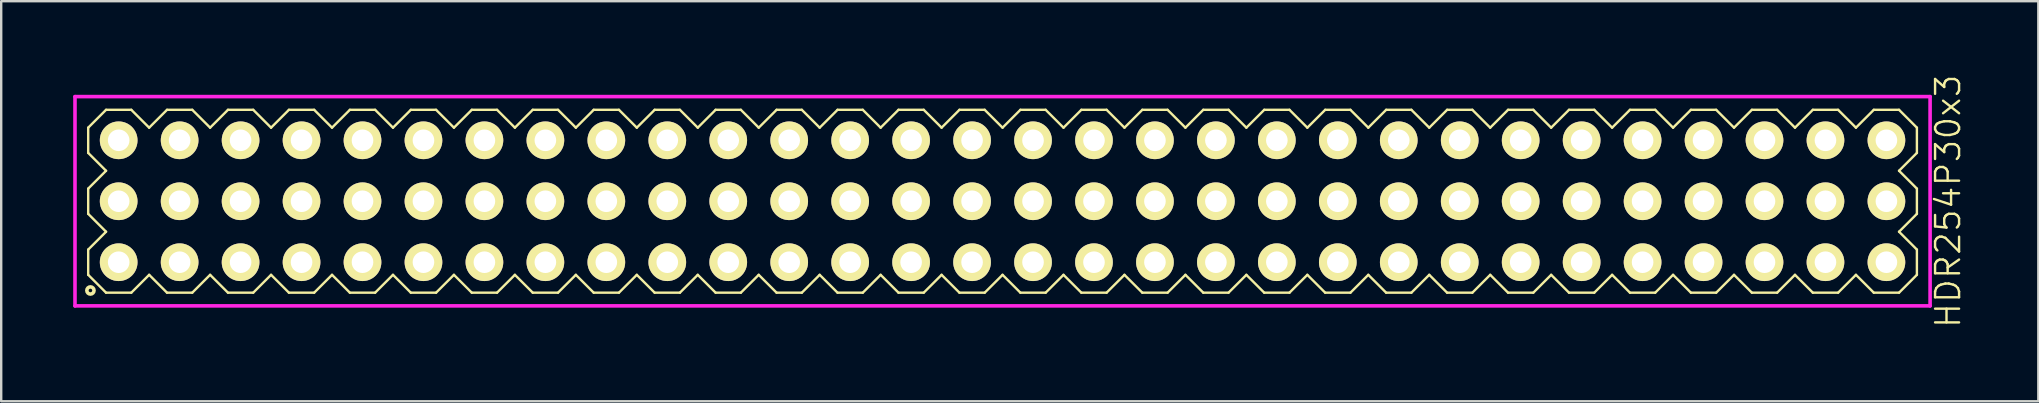
<source format=kicad_pcb>
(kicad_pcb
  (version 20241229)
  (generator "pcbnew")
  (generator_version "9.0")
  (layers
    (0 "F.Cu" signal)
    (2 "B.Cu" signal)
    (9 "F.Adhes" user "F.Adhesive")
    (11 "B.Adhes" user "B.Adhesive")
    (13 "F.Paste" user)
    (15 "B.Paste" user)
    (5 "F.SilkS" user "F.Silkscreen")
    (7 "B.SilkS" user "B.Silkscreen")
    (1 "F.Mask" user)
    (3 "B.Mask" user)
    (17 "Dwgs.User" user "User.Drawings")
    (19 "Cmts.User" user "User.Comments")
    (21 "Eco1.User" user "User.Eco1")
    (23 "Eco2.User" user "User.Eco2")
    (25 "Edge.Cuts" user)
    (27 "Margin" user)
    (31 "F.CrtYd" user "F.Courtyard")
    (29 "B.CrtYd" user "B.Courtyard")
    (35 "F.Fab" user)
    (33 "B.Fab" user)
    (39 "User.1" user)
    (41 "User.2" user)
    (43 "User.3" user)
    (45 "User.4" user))
  (footprint "HDR254P30x3"
    (layer "F.Cu")
    (at 38.725 5.336)
    (property "Reference" "HDR254P30x3" (at 39.4 0 90) (layer "F.SilkS") (effects (font (size 1 1) (thickness 0.1))))
    (attr through_hole)
    (fp_line (start -38.1 -3.066) (end -37.356 -3.81) (stroke (width 0.1) (type solid)) (layer "F.SilkS"))
    (fp_line (start -38.1 -2.014) (end -38.1 -3.066) (stroke (width 0.1) (type solid)) (layer "F.SilkS"))
    (fp_line (start -38.1 -0.526) (end -37.356 -1.27) (stroke (width 0.1) (type solid)) (layer "F.SilkS"))
    (fp_line (start -38.1 0.526) (end -38.1 -0.526) (stroke (width 0.1) (type solid)) (layer "F.SilkS"))
    (fp_line (start -38.1 2.014) (end -37.356 1.27) (stroke (width 0.1) (type solid)) (layer "F.SilkS"))
    (fp_line (start -38.1 3.066) (end -38.1 2.014) (stroke (width 0.1) (type solid)) (layer "F.SilkS"))
    (fp_line (start -37.356 -3.81) (end -36.304 -3.81) (stroke (width 0.1) (type solid)) (layer "F.SilkS"))
    (fp_line (start -37.356 -1.27) (end -38.1 -2.014) (stroke (width 0.1) (type solid)) (layer "F.SilkS"))
    (fp_line (start -37.356 1.27) (end -38.1 0.526) (stroke (width 0.1) (type solid)) (layer "F.SilkS"))
    (fp_line (start -37.356 3.81) (end -38.1 3.066) (stroke (width 0.1) (type solid)) (layer "F.SilkS"))
    (fp_line (start -36.304 -3.81) (end -35.56 -3.066) (stroke (width 0.1) (type solid)) (layer "F.SilkS"))
    (fp_line (start -36.304 3.81) (end -37.356 3.81) (stroke (width 0.1) (type solid)) (layer "F.SilkS"))
    (fp_line (start -35.56 -3.066) (end -34.816 -3.81) (stroke (width 0.1) (type solid)) (layer "F.SilkS"))
    (fp_line (start -35.56 3.066) (end -36.304 3.81) (stroke (width 0.1) (type solid)) (layer "F.SilkS"))
    (fp_line (start -34.816 -3.81) (end -33.764 -3.81) (stroke (width 0.1) (type solid)) (layer "F.SilkS"))
    (fp_line (start -34.816 3.81) (end -35.56 3.066) (stroke (width 0.1) (type solid)) (layer "F.SilkS"))
    (fp_line (start -33.764 -3.81) (end -33.02 -3.066) (stroke (width 0.1) (type solid)) (layer "F.SilkS"))
    (fp_line (start -33.764 3.81) (end -34.816 3.81) (stroke (width 0.1) (type solid)) (layer "F.SilkS"))
    (fp_line (start -33.02 -3.066) (end -32.276 -3.81) (stroke (width 0.1) (type solid)) (layer "F.SilkS"))
    (fp_line (start -33.02 3.066) (end -33.764 3.81) (stroke (width 0.1) (type solid)) (layer "F.SilkS"))
    (fp_line (start -32.276 -3.81) (end -31.224 -3.81) (stroke (width 0.1) (type solid)) (layer "F.SilkS"))
    (fp_line (start -32.276 3.81) (end -33.02 3.066) (stroke (width 0.1) (type solid)) (layer "F.SilkS"))
    (fp_line (start -31.224 -3.81) (end -30.48 -3.066) (stroke (width 0.1) (type solid)) (layer "F.SilkS"))
    (fp_line (start -31.224 3.81) (end -32.276 3.81) (stroke (width 0.1) (type solid)) (layer "F.SilkS"))
    (fp_line (start -30.48 -3.066) (end -29.736 -3.81) (stroke (width 0.1) (type solid)) (layer "F.SilkS"))
    (fp_line (start -30.48 3.066) (end -31.224 3.81) (stroke (width 0.1) (type solid)) (layer "F.SilkS"))
    (fp_line (start -29.736 -3.81) (end -28.684 -3.81) (stroke (width 0.1) (type solid)) (layer "F.SilkS"))
    (fp_line (start -29.736 3.81) (end -30.48 3.066) (stroke (width 0.1) (type solid)) (layer "F.SilkS"))
    (fp_line (start -28.684 -3.81) (end -27.94 -3.066) (stroke (width 0.1) (type solid)) (layer "F.SilkS"))
    (fp_line (start -28.684 3.81) (end -29.736 3.81) (stroke (width 0.1) (type solid)) (layer "F.SilkS"))
    (fp_line (start -27.94 -3.066) (end -27.196 -3.81) (stroke (width 0.1) (type solid)) (layer "F.SilkS"))
    (fp_line (start -27.94 3.066) (end -28.684 3.81) (stroke (width 0.1) (type solid)) (layer "F.SilkS"))
    (fp_line (start -27.196 -3.81) (end -26.144 -3.81) (stroke (width 0.1) (type solid)) (layer "F.SilkS"))
    (fp_line (start -27.196 3.81) (end -27.94 3.066) (stroke (width 0.1) (type solid)) (layer "F.SilkS"))
    (fp_line (start -26.144 -3.81) (end -25.4 -3.066) (stroke (width 0.1) (type solid)) (layer "F.SilkS"))
    (fp_line (start -26.144 3.81) (end -27.196 3.81) (stroke (width 0.1) (type solid)) (layer "F.SilkS"))
    (fp_line (start -25.4 -3.066) (end -24.656 -3.81) (stroke (width 0.1) (type solid)) (layer "F.SilkS"))
    (fp_line (start -25.4 3.066) (end -26.144 3.81) (stroke (width 0.1) (type solid)) (layer "F.SilkS"))
    (fp_line (start -24.656 -3.81) (end -23.604 -3.81) (stroke (width 0.1) (type solid)) (layer "F.SilkS"))
    (fp_line (start -24.656 3.81) (end -25.4 3.066) (stroke (width 0.1) (type solid)) (layer "F.SilkS"))
    (fp_line (start -23.604 -3.81) (end -22.86 -3.066) (stroke (width 0.1) (type solid)) (layer "F.SilkS"))
    (fp_line (start -23.604 3.81) (end -24.656 3.81) (stroke (width 0.1) (type solid)) (layer "F.SilkS"))
    (fp_line (start -22.86 -3.066) (end -22.116 -3.81) (stroke (width 0.1) (type solid)) (layer "F.SilkS"))
    (fp_line (start -22.86 3.066) (end -23.604 3.81) (stroke (width 0.1) (type solid)) (layer "F.SilkS"))
    (fp_line (start -22.116 -3.81) (end -21.064 -3.81) (stroke (width 0.1) (type solid)) (layer "F.SilkS"))
    (fp_line (start -22.116 3.81) (end -22.86 3.066) (stroke (width 0.1) (type solid)) (layer "F.SilkS"))
    (fp_line (start -21.064 -3.81) (end -20.32 -3.066) (stroke (width 0.1) (type solid)) (layer "F.SilkS"))
    (fp_line (start -21.064 3.81) (end -22.116 3.81) (stroke (width 0.1) (type solid)) (layer "F.SilkS"))
    (fp_line (start -20.32 -3.066) (end -19.576 -3.81) (stroke (width 0.1) (type solid)) (layer "F.SilkS"))
    (fp_line (start -20.32 3.066) (end -21.064 3.81) (stroke (width 0.1) (type solid)) (layer "F.SilkS"))
    (fp_line (start -19.576 -3.81) (end -18.524 -3.81) (stroke (width 0.1) (type solid)) (layer "F.SilkS"))
    (fp_line (start -19.576 3.81) (end -20.32 3.066) (stroke (width 0.1) (type solid)) (layer "F.SilkS"))
    (fp_line (start -18.524 -3.81) (end -17.78 -3.066) (stroke (width 0.1) (type solid)) (layer "F.SilkS"))
    (fp_line (start -18.524 3.81) (end -19.576 3.81) (stroke (width 0.1) (type solid)) (layer "F.SilkS"))
    (fp_line (start -17.78 -3.066) (end -17.036 -3.81) (stroke (width 0.1) (type solid)) (layer "F.SilkS"))
    (fp_line (start -17.78 3.066) (end -18.524 3.81) (stroke (width 0.1) (type solid)) (layer "F.SilkS"))
    (fp_line (start -17.036 -3.81) (end -15.984 -3.81) (stroke (width 0.1) (type solid)) (layer "F.SilkS"))
    (fp_line (start -17.036 3.81) (end -17.78 3.066) (stroke (width 0.1) (type solid)) (layer "F.SilkS"))
    (fp_line (start -15.984 -3.81) (end -15.24 -3.066) (stroke (width 0.1) (type solid)) (layer "F.SilkS"))
    (fp_line (start -15.984 3.81) (end -17.036 3.81) (stroke (width 0.1) (type solid)) (layer "F.SilkS"))
    (fp_line (start -15.24 -3.066) (end -14.496 -3.81) (stroke (width 0.1) (type solid)) (layer "F.SilkS"))
    (fp_line (start -15.24 3.066) (end -15.984 3.81) (stroke (width 0.1) (type solid)) (layer "F.SilkS"))
    (fp_line (start -14.496 -3.81) (end -13.444 -3.81) (stroke (width 0.1) (type solid)) (layer "F.SilkS"))
    (fp_line (start -14.496 3.81) (end -15.24 3.066) (stroke (width 0.1) (type solid)) (layer "F.SilkS"))
    (fp_line (start -13.444 -3.81) (end -12.7 -3.066) (stroke (width 0.1) (type solid)) (layer "F.SilkS"))
    (fp_line (start -13.444 3.81) (end -14.496 3.81) (stroke (width 0.1) (type solid)) (layer "F.SilkS"))
    (fp_line (start -12.7 -3.066) (end -11.956 -3.81) (stroke (width 0.1) (type solid)) (layer "F.SilkS"))
    (fp_line (start -12.7 3.066) (end -13.444 3.81) (stroke (width 0.1) (type solid)) (layer "F.SilkS"))
    (fp_line (start -11.956 -3.81) (end -10.904 -3.81) (stroke (width 0.1) (type solid)) (layer "F.SilkS"))
    (fp_line (start -11.956 3.81) (end -12.7 3.066) (stroke (width 0.1) (type solid)) (layer "F.SilkS"))
    (fp_line (start -10.904 -3.81) (end -10.16 -3.066) (stroke (width 0.1) (type solid)) (layer "F.SilkS"))
    (fp_line (start -10.904 3.81) (end -11.956 3.81) (stroke (width 0.1) (type solid)) (layer "F.SilkS"))
    (fp_line (start -10.16 -3.066) (end -9.416 -3.81) (stroke (width 0.1) (type solid)) (layer "F.SilkS"))
    (fp_line (start -10.16 3.066) (end -10.904 3.81) (stroke (width 0.1) (type solid)) (layer "F.SilkS"))
    (fp_line (start -9.416 -3.81) (end -8.364 -3.81) (stroke (width 0.1) (type solid)) (layer "F.SilkS"))
    (fp_line (start -9.416 3.81) (end -10.16 3.066) (stroke (width 0.1) (type solid)) (layer "F.SilkS"))
    (fp_line (start -8.364 -3.81) (end -7.62 -3.066) (stroke (width 0.1) (type solid)) (layer "F.SilkS"))
    (fp_line (start -8.364 3.81) (end -9.416 3.81) (stroke (width 0.1) (type solid)) (layer "F.SilkS"))
    (fp_line (start -7.62 -3.066) (end -6.876 -3.81) (stroke (width 0.1) (type solid)) (layer "F.SilkS"))
    (fp_line (start -7.62 3.066) (end -8.364 3.81) (stroke (width 0.1) (type solid)) (layer "F.SilkS"))
    (fp_line (start -6.876 -3.81) (end -5.824 -3.81) (stroke (width 0.1) (type solid)) (layer "F.SilkS"))
    (fp_line (start -6.876 3.81) (end -7.62 3.066) (stroke (width 0.1) (type solid)) (layer "F.SilkS"))
    (fp_line (start -5.824 -3.81) (end -5.08 -3.066) (stroke (width 0.1) (type solid)) (layer "F.SilkS"))
    (fp_line (start -5.824 3.81) (end -6.876 3.81) (stroke (width 0.1) (type solid)) (layer "F.SilkS"))
    (fp_line (start -5.08 -3.066) (end -4.336 -3.81) (stroke (width 0.1) (type solid)) (layer "F.SilkS"))
    (fp_line (start -5.08 3.066) (end -5.824 3.81) (stroke (width 0.1) (type solid)) (layer "F.SilkS"))
    (fp_line (start -4.336 -3.81) (end -3.284 -3.81) (stroke (width 0.1) (type solid)) (layer "F.SilkS"))
    (fp_line (start -4.336 3.81) (end -5.08 3.066) (stroke (width 0.1) (type solid)) (layer "F.SilkS"))
    (fp_line (start -3.284 -3.81) (end -2.54 -3.066) (stroke (width 0.1) (type solid)) (layer "F.SilkS"))
    (fp_line (start -3.284 3.81) (end -4.336 3.81) (stroke (width 0.1) (type solid)) (layer "F.SilkS"))
    (fp_line (start -2.54 -3.066) (end -1.796 -3.81) (stroke (width 0.1) (type solid)) (layer "F.SilkS"))
    (fp_line (start -2.54 3.066) (end -3.284 3.81) (stroke (width 0.1) (type solid)) (layer "F.SilkS"))
    (fp_line (start -1.796 -3.81) (end -0.744 -3.81) (stroke (width 0.1) (type solid)) (layer "F.SilkS"))
    (fp_line (start -1.796 3.81) (end -2.54 3.066) (stroke (width 0.1) (type solid)) (layer "F.SilkS"))
    (fp_line (start -0.744 -3.81) (end 0 -3.066) (stroke (width 0.1) (type solid)) (layer "F.SilkS"))
    (fp_line (start -0.744 3.81) (end -1.796 3.81) (stroke (width 0.1) (type solid)) (layer "F.SilkS"))
    (fp_line (start 0 -3.066) (end 0.744 -3.81) (stroke (width 0.1) (type solid)) (layer "F.SilkS"))
    (fp_line (start 0 3.066) (end -0.744 3.81) (stroke (width 0.1) (type solid)) (layer "F.SilkS"))
    (fp_line (start 0.744 -3.81) (end 1.796 -3.81) (stroke (width 0.1) (type solid)) (layer "F.SilkS"))
    (fp_line (start 0.744 3.81) (end 0 3.066) (stroke (width 0.1) (type solid)) (layer "F.SilkS"))
    (fp_line (start 1.796 -3.81) (end 2.54 -3.066) (stroke (width 0.1) (type solid)) (layer "F.SilkS"))
    (fp_line (start 1.796 3.81) (end 0.744 3.81) (stroke (width 0.1) (type solid)) (layer "F.SilkS"))
    (fp_line (start 2.54 -3.066) (end 3.284 -3.81) (stroke (width 0.1) (type solid)) (layer "F.SilkS"))
    (fp_line (start 2.54 3.066) (end 1.796 3.81) (stroke (width 0.1) (type solid)) (layer "F.SilkS"))
    (fp_line (start 3.284 -3.81) (end 4.336 -3.81) (stroke (width 0.1) (type solid)) (layer "F.SilkS"))
    (fp_line (start 3.284 3.81) (end 2.54 3.066) (stroke (width 0.1) (type solid)) (layer "F.SilkS"))
    (fp_line (start 4.336 -3.81) (end 5.08 -3.066) (stroke (width 0.1) (type solid)) (layer "F.SilkS"))
    (fp_line (start 4.336 3.81) (end 3.284 3.81) (stroke (width 0.1) (type solid)) (layer "F.SilkS"))
    (fp_line (start 5.08 -3.066) (end 5.824 -3.81) (stroke (width 0.1) (type solid)) (layer "F.SilkS"))
    (fp_line (start 5.08 3.066) (end 4.336 3.81) (stroke (width 0.1) (type solid)) (layer "F.SilkS"))
    (fp_line (start 5.824 -3.81) (end 6.876 -3.81) (stroke (width 0.1) (type solid)) (layer "F.SilkS"))
    (fp_line (start 5.824 3.81) (end 5.08 3.066) (stroke (width 0.1) (type solid)) (layer "F.SilkS"))
    (fp_line (start 6.876 -3.81) (end 7.62 -3.066) (stroke (width 0.1) (type solid)) (layer "F.SilkS"))
    (fp_line (start 6.876 3.81) (end 5.824 3.81) (stroke (width 0.1) (type solid)) (layer "F.SilkS"))
    (fp_line (start 7.62 -3.066) (end 8.364 -3.81) (stroke (width 0.1) (type solid)) (layer "F.SilkS"))
    (fp_line (start 7.62 3.066) (end 6.876 3.81) (stroke (width 0.1) (type solid)) (layer "F.SilkS"))
    (fp_line (start 8.364 -3.81) (end 9.416 -3.81) (stroke (width 0.1) (type solid)) (layer "F.SilkS"))
    (fp_line (start 8.364 3.81) (end 7.62 3.066) (stroke (width 0.1) (type solid)) (layer "F.SilkS"))
    (fp_line (start 9.416 -3.81) (end 10.16 -3.066) (stroke (width 0.1) (type solid)) (layer "F.SilkS"))
    (fp_line (start 9.416 3.81) (end 8.364 3.81) (stroke (width 0.1) (type solid)) (layer "F.SilkS"))
    (fp_line (start 10.16 -3.066) (end 10.904 -3.81) (stroke (width 0.1) (type solid)) (layer "F.SilkS"))
    (fp_line (start 10.16 3.066) (end 9.416 3.81) (stroke (width 0.1) (type solid)) (layer "F.SilkS"))
    (fp_line (start 10.904 -3.81) (end 11.956 -3.81) (stroke (width 0.1) (type solid)) (layer "F.SilkS"))
    (fp_line (start 10.904 3.81) (end 10.16 3.066) (stroke (width 0.1) (type solid)) (layer "F.SilkS"))
    (fp_line (start 11.956 -3.81) (end 12.7 -3.066) (stroke (width 0.1) (type solid)) (layer "F.SilkS"))
    (fp_line (start 11.956 3.81) (end 10.904 3.81) (stroke (width 0.1) (type solid)) (layer "F.SilkS"))
    (fp_line (start 12.7 -3.066) (end 13.444 -3.81) (stroke (width 0.1) (type solid)) (layer "F.SilkS"))
    (fp_line (start 12.7 3.066) (end 11.956 3.81) (stroke (width 0.1) (type solid)) (layer "F.SilkS"))
    (fp_line (start 13.444 -3.81) (end 14.496 -3.81) (stroke (width 0.1) (type solid)) (layer "F.SilkS"))
    (fp_line (start 13.444 3.81) (end 12.7 3.066) (stroke (width 0.1) (type solid)) (layer "F.SilkS"))
    (fp_line (start 14.496 -3.81) (end 15.24 -3.066) (stroke (width 0.1) (type solid)) (layer "F.SilkS"))
    (fp_line (start 14.496 3.81) (end 13.444 3.81) (stroke (width 0.1) (type solid)) (layer "F.SilkS"))
    (fp_line (start 15.24 -3.066) (end 15.984 -3.81) (stroke (width 0.1) (type solid)) (layer "F.SilkS"))
    (fp_line (start 15.24 3.066) (end 14.496 3.81) (stroke (width 0.1) (type solid)) (layer "F.SilkS"))
    (fp_line (start 15.984 -3.81) (end 17.036 -3.81) (stroke (width 0.1) (type solid)) (layer "F.SilkS"))
    (fp_line (start 15.984 3.81) (end 15.24 3.066) (stroke (width 0.1) (type solid)) (layer "F.SilkS"))
    (fp_line (start 17.036 -3.81) (end 17.78 -3.066) (stroke (width 0.1) (type solid)) (layer "F.SilkS"))
    (fp_line (start 17.036 3.81) (end 15.984 3.81) (stroke (width 0.1) (type solid)) (layer "F.SilkS"))
    (fp_line (start 17.78 -3.066) (end 18.524 -3.81) (stroke (width 0.1) (type solid)) (layer "F.SilkS"))
    (fp_line (start 17.78 3.066) (end 17.036 3.81) (stroke (width 0.1) (type solid)) (layer "F.SilkS"))
    (fp_line (start 18.524 -3.81) (end 19.576 -3.81) (stroke (width 0.1) (type solid)) (layer "F.SilkS"))
    (fp_line (start 18.524 3.81) (end 17.78 3.066) (stroke (width 0.1) (type solid)) (layer "F.SilkS"))
    (fp_line (start 19.576 -3.81) (end 20.32 -3.066) (stroke (width 0.1) (type solid)) (layer "F.SilkS"))
    (fp_line (start 19.576 3.81) (end 18.524 3.81) (stroke (width 0.1) (type solid)) (layer "F.SilkS"))
    (fp_line (start 20.32 -3.066) (end 21.064 -3.81) (stroke (width 0.1) (type solid)) (layer "F.SilkS"))
    (fp_line (start 20.32 3.066) (end 19.576 3.81) (stroke (width 0.1) (type solid)) (layer "F.SilkS"))
    (fp_line (start 21.064 -3.81) (end 22.116 -3.81) (stroke (width 0.1) (type solid)) (layer "F.SilkS"))
    (fp_line (start 21.064 3.81) (end 20.32 3.066) (stroke (width 0.1) (type solid)) (layer "F.SilkS"))
    (fp_line (start 22.116 -3.81) (end 22.86 -3.066) (stroke (width 0.1) (type solid)) (layer "F.SilkS"))
    (fp_line (start 22.116 3.81) (end 21.064 3.81) (stroke (width 0.1) (type solid)) (layer "F.SilkS"))
    (fp_line (start 22.86 -3.066) (end 23.604 -3.81) (stroke (width 0.1) (type solid)) (layer "F.SilkS"))
    (fp_line (start 22.86 3.066) (end 22.116 3.81) (stroke (width 0.1) (type solid)) (layer "F.SilkS"))
    (fp_line (start 23.604 -3.81) (end 24.656 -3.81) (stroke (width 0.1) (type solid)) (layer "F.SilkS"))
    (fp_line (start 23.604 3.81) (end 22.86 3.066) (stroke (width 0.1) (type solid)) (layer "F.SilkS"))
    (fp_line (start 24.656 -3.81) (end 25.4 -3.066) (stroke (width 0.1) (type solid)) (layer "F.SilkS"))
    (fp_line (start 24.656 3.81) (end 23.604 3.81) (stroke (width 0.1) (type solid)) (layer "F.SilkS"))
    (fp_line (start 25.4 -3.066) (end 26.144 -3.81) (stroke (width 0.1) (type solid)) (layer "F.SilkS"))
    (fp_line (start 25.4 3.066) (end 24.656 3.81) (stroke (width 0.1) (type solid)) (layer "F.SilkS"))
    (fp_line (start 26.144 -3.81) (end 27.196 -3.81) (stroke (width 0.1) (type solid)) (layer "F.SilkS"))
    (fp_line (start 26.144 3.81) (end 25.4 3.066) (stroke (width 0.1) (type solid)) (layer "F.SilkS"))
    (fp_line (start 27.196 -3.81) (end 27.94 -3.066) (stroke (width 0.1) (type solid)) (layer "F.SilkS"))
    (fp_line (start 27.196 3.81) (end 26.144 3.81) (stroke (width 0.1) (type solid)) (layer "F.SilkS"))
    (fp_line (start 27.94 -3.066) (end 28.684 -3.81) (stroke (width 0.1) (type solid)) (layer "F.SilkS"))
    (fp_line (start 27.94 3.066) (end 27.196 3.81) (stroke (width 0.1) (type solid)) (layer "F.SilkS"))
    (fp_line (start 28.684 -3.81) (end 29.736 -3.81) (stroke (width 0.1) (type solid)) (layer "F.SilkS"))
    (fp_line (start 28.684 3.81) (end 27.94 3.066) (stroke (width 0.1) (type solid)) (layer "F.SilkS"))
    (fp_line (start 29.736 -3.81) (end 30.48 -3.066) (stroke (width 0.1) (type solid)) (layer "F.SilkS"))
    (fp_line (start 29.736 3.81) (end 28.684 3.81) (stroke (width 0.1) (type solid)) (layer "F.SilkS"))
    (fp_line (start 30.48 -3.066) (end 31.224 -3.81) (stroke (width 0.1) (type solid)) (layer "F.SilkS"))
    (fp_line (start 30.48 3.066) (end 29.736 3.81) (stroke (width 0.1) (type solid)) (layer "F.SilkS"))
    (fp_line (start 31.224 -3.81) (end 32.276 -3.81) (stroke (width 0.1) (type solid)) (layer "F.SilkS"))
    (fp_line (start 31.224 3.81) (end 30.48 3.066) (stroke (width 0.1) (type solid)) (layer "F.SilkS"))
    (fp_line (start 32.276 -3.81) (end 33.02 -3.066) (stroke (width 0.1) (type solid)) (layer "F.SilkS"))
    (fp_line (start 32.276 3.81) (end 31.224 3.81) (stroke (width 0.1) (type solid)) (layer "F.SilkS"))
    (fp_line (start 33.02 -3.066) (end 33.764 -3.81) (stroke (width 0.1) (type solid)) (layer "F.SilkS"))
    (fp_line (start 33.02 3.066) (end 32.276 3.81) (stroke (width 0.1) (type solid)) (layer "F.SilkS"))
    (fp_line (start 33.764 -3.81) (end 34.816 -3.81) (stroke (width 0.1) (type solid)) (layer "F.SilkS"))
    (fp_line (start 33.764 3.81) (end 33.02 3.066) (stroke (width 0.1) (type solid)) (layer "F.SilkS"))
    (fp_line (start 34.816 -3.81) (end 35.56 -3.066) (stroke (width 0.1) (type solid)) (layer "F.SilkS"))
    (fp_line (start 34.816 3.81) (end 33.764 3.81) (stroke (width 0.1) (type solid)) (layer "F.SilkS"))
    (fp_line (start 35.56 -3.066) (end 36.304 -3.81) (stroke (width 0.1) (type solid)) (layer "F.SilkS"))
    (fp_line (start 35.56 3.066) (end 34.816 3.81) (stroke (width 0.1) (type solid)) (layer "F.SilkS"))
    (fp_line (start 36.304 -3.81) (end 37.356 -3.81) (stroke (width 0.1) (type solid)) (layer "F.SilkS"))
    (fp_line (start 36.304 3.81) (end 35.56 3.066) (stroke (width 0.1) (type solid)) (layer "F.SilkS"))
    (fp_line (start 37.356 -3.81) (end 38.1 -3.066) (stroke (width 0.1) (type solid)) (layer "F.SilkS"))
    (fp_line (start 37.356 -1.27) (end 38.1 -0.526) (stroke (width 0.1) (type solid)) (layer "F.SilkS"))
    (fp_line (start 37.356 1.27) (end 38.1 2.014) (stroke (width 0.1) (type solid)) (layer "F.SilkS"))
    (fp_line (start 37.356 3.81) (end 36.304 3.81) (stroke (width 0.1) (type solid)) (layer "F.SilkS"))
    (fp_line (start 38.1 -3.066) (end 38.1 -2.014) (stroke (width 0.1) (type solid)) (layer "F.SilkS"))
    (fp_line (start 38.1 -2.014) (end 37.356 -1.27) (stroke (width 0.1) (type solid)) (layer "F.SilkS"))
    (fp_line (start 38.1 -0.526) (end 38.1 0.526) (stroke (width 0.1) (type solid)) (layer "F.SilkS"))
    (fp_line (start 38.1 0.526) (end 37.356 1.27) (stroke (width 0.1) (type solid)) (layer "F.SilkS"))
    (fp_line (start 38.1 2.014) (end 38.1 3.066) (stroke (width 0.1) (type solid)) (layer "F.SilkS"))
    (fp_line (start 38.1 3.066) (end 37.356 3.81) (stroke (width 0.1) (type solid)) (layer "F.SilkS"))
    (fp_circle (center -38.007 3.718) (end -37.857 3.718) (stroke (width 0.15) (type solid)) (fill no) (layer "F.SilkS"))
    (fp_line (start -38.65 -4.36) (end -38.65 4.36) (stroke (width 0.15) (type solid)) (layer "F.CrtYd"))
    (fp_line (start -38.65 4.36) (end 38.65 4.36) (stroke (width 0.15) (type solid)) (layer "F.CrtYd"))
    (fp_line (start 38.65 -4.36) (end -38.65 -4.36) (stroke (width 0.15) (type solid)) (layer "F.CrtYd"))
    (fp_line (start 38.65 4.36) (end 38.65 -4.36) (stroke (width 0.15) (type solid)) (layer "F.CrtYd"))
    (pad "1" thru_hole oval (at -36.83 2.54) (size 1.57 1.57) (drill 0.9) (layers "*.Cu" "*.Mask" "F.SilkS"))
    (pad "2" thru_hole oval (at -36.83 0) (size 1.57 1.57) (drill 0.9) (layers "*.Cu" "*.Mask" "F.SilkS"))
    (pad "3" thru_hole oval (at -36.83 -2.54) (size 1.57 1.57) (drill 0.9) (layers "*.Cu" "*.Mask" "F.SilkS"))
    (pad "4" thru_hole oval (at -34.29 2.54) (size 1.57 1.57) (drill 0.9) (layers "*.Cu" "*.Mask" "F.SilkS"))
    (pad "5" thru_hole oval (at -34.29 0) (size 1.57 1.57) (drill 0.9) (layers "*.Cu" "*.Mask" "F.SilkS"))
    (pad "6" thru_hole oval (at -34.29 -2.54) (size 1.57 1.57) (drill 0.9) (layers "*.Cu" "*.Mask" "F.SilkS"))
    (pad "7" thru_hole oval (at -31.75 2.54) (size 1.57 1.57) (drill 0.9) (layers "*.Cu" "*.Mask" "F.SilkS"))
    (pad "8" thru_hole oval (at -31.75 0) (size 1.57 1.57) (drill 0.9) (layers "*.Cu" "*.Mask" "F.SilkS"))
    (pad "9" thru_hole oval (at -31.75 -2.54) (size 1.57 1.57) (drill 0.9) (layers "*.Cu" "*.Mask" "F.SilkS"))
    (pad "10" thru_hole oval (at -29.21 2.54) (size 1.57 1.57) (drill 0.9) (layers "*.Cu" "*.Mask" "F.SilkS"))
    (pad "11" thru_hole oval (at -29.21 0) (size 1.57 1.57) (drill 0.9) (layers "*.Cu" "*.Mask" "F.SilkS"))
    (pad "12" thru_hole oval (at -29.21 -2.54) (size 1.57 1.57) (drill 0.9) (layers "*.Cu" "*.Mask" "F.SilkS"))
    (pad "13" thru_hole oval (at -26.67 2.54) (size 1.57 1.57) (drill 0.9) (layers "*.Cu" "*.Mask" "F.SilkS"))
    (pad "14" thru_hole oval (at -26.67 0) (size 1.57 1.57) (drill 0.9) (layers "*.Cu" "*.Mask" "F.SilkS"))
    (pad "15" thru_hole oval (at -26.67 -2.54) (size 1.57 1.57) (drill 0.9) (layers "*.Cu" "*.Mask" "F.SilkS"))
    (pad "16" thru_hole oval (at -24.13 2.54) (size 1.57 1.57) (drill 0.9) (layers "*.Cu" "*.Mask" "F.SilkS"))
    (pad "17" thru_hole oval (at -24.13 0) (size 1.57 1.57) (drill 0.9) (layers "*.Cu" "*.Mask" "F.SilkS"))
    (pad "18" thru_hole oval (at -24.13 -2.54) (size 1.57 1.57) (drill 0.9) (layers "*.Cu" "*.Mask" "F.SilkS"))
    (pad "19" thru_hole oval (at -21.59 2.54) (size 1.57 1.57) (drill 0.9) (layers "*.Cu" "*.Mask" "F.SilkS"))
    (pad "20" thru_hole oval (at -21.59 0) (size 1.57 1.57) (drill 0.9) (layers "*.Cu" "*.Mask" "F.SilkS"))
    (pad "21" thru_hole oval (at -21.59 -2.54) (size 1.57 1.57) (drill 0.9) (layers "*.Cu" "*.Mask" "F.SilkS"))
    (pad "22" thru_hole oval (at -19.05 2.54) (size 1.57 1.57) (drill 0.9) (layers "*.Cu" "*.Mask" "F.SilkS"))
    (pad "23" thru_hole oval (at -19.05 0) (size 1.57 1.57) (drill 0.9) (layers "*.Cu" "*.Mask" "F.SilkS"))
    (pad "24" thru_hole oval (at -19.05 -2.54) (size 1.57 1.57) (drill 0.9) (layers "*.Cu" "*.Mask" "F.SilkS"))
    (pad "25" thru_hole oval (at -16.51 2.54) (size 1.57 1.57) (drill 0.9) (layers "*.Cu" "*.Mask" "F.SilkS"))
    (pad "26" thru_hole oval (at -16.51 0) (size 1.57 1.57) (drill 0.9) (layers "*.Cu" "*.Mask" "F.SilkS"))
    (pad "27" thru_hole oval (at -16.51 -2.54) (size 1.57 1.57) (drill 0.9) (layers "*.Cu" "*.Mask" "F.SilkS"))
    (pad "28" thru_hole oval (at -13.97 2.54) (size 1.57 1.57) (drill 0.9) (layers "*.Cu" "*.Mask" "F.SilkS"))
    (pad "29" thru_hole oval (at -13.97 0) (size 1.57 1.57) (drill 0.9) (layers "*.Cu" "*.Mask" "F.SilkS"))
    (pad "30" thru_hole oval (at -13.97 -2.54) (size 1.57 1.57) (drill 0.9) (layers "*.Cu" "*.Mask" "F.SilkS"))
    (pad "31" thru_hole oval (at -11.43 2.54) (size 1.57 1.57) (drill 0.9) (layers "*.Cu" "*.Mask" "F.SilkS"))
    (pad "32" thru_hole oval (at -11.43 0) (size 1.57 1.57) (drill 0.9) (layers "*.Cu" "*.Mask" "F.SilkS"))
    (pad "33" thru_hole oval (at -11.43 -2.54) (size 1.57 1.57) (drill 0.9) (layers "*.Cu" "*.Mask" "F.SilkS"))
    (pad "34" thru_hole oval (at -8.89 2.54) (size 1.57 1.57) (drill 0.9) (layers "*.Cu" "*.Mask" "F.SilkS"))
    (pad "35" thru_hole oval (at -8.89 0) (size 1.57 1.57) (drill 0.9) (layers "*.Cu" "*.Mask" "F.SilkS"))
    (pad "36" thru_hole oval (at -8.89 -2.54) (size 1.57 1.57) (drill 0.9) (layers "*.Cu" "*.Mask" "F.SilkS"))
    (pad "37" thru_hole oval (at -6.35 2.54) (size 1.57 1.57) (drill 0.9) (layers "*.Cu" "*.Mask" "F.SilkS"))
    (pad "38" thru_hole oval (at -6.35 0) (size 1.57 1.57) (drill 0.9) (layers "*.Cu" "*.Mask" "F.SilkS"))
    (pad "39" thru_hole oval (at -6.35 -2.54) (size 1.57 1.57) (drill 0.9) (layers "*.Cu" "*.Mask" "F.SilkS"))
    (pad "40" thru_hole oval (at -3.81 2.54) (size 1.57 1.57) (drill 0.9) (layers "*.Cu" "*.Mask" "F.SilkS"))
    (pad "41" thru_hole oval (at -3.81 0) (size 1.57 1.57) (drill 0.9) (layers "*.Cu" "*.Mask" "F.SilkS"))
    (pad "42" thru_hole oval (at -3.81 -2.54) (size 1.57 1.57) (drill 0.9) (layers "*.Cu" "*.Mask" "F.SilkS"))
    (pad "43" thru_hole oval (at -1.27 2.54) (size 1.57 1.57) (drill 0.9) (layers "*.Cu" "*.Mask" "F.SilkS"))
    (pad "44" thru_hole oval (at -1.27 0) (size 1.57 1.57) (drill 0.9) (layers "*.Cu" "*.Mask" "F.SilkS"))
    (pad "45" thru_hole oval (at -1.27 -2.54) (size 1.57 1.57) (drill 0.9) (layers "*.Cu" "*.Mask" "F.SilkS"))
    (pad "46" thru_hole oval (at 1.27 2.54) (size 1.57 1.57) (drill 0.9) (layers "*.Cu" "*.Mask" "F.SilkS"))
    (pad "47" thru_hole oval (at 1.27 0) (size 1.57 1.57) (drill 0.9) (layers "*.Cu" "*.Mask" "F.SilkS"))
    (pad "48" thru_hole oval (at 1.27 -2.54) (size 1.57 1.57) (drill 0.9) (layers "*.Cu" "*.Mask" "F.SilkS"))
    (pad "49" thru_hole oval (at 3.81 2.54) (size 1.57 1.57) (drill 0.9) (layers "*.Cu" "*.Mask" "F.SilkS"))
    (pad "50" thru_hole oval (at 3.81 0) (size 1.57 1.57) (drill 0.9) (layers "*.Cu" "*.Mask" "F.SilkS"))
    (pad "51" thru_hole oval (at 3.81 -2.54) (size 1.57 1.57) (drill 0.9) (layers "*.Cu" "*.Mask" "F.SilkS"))
    (pad "52" thru_hole oval (at 6.35 2.54) (size 1.57 1.57) (drill 0.9) (layers "*.Cu" "*.Mask" "F.SilkS"))
    (pad "53" thru_hole oval (at 6.35 0) (size 1.57 1.57) (drill 0.9) (layers "*.Cu" "*.Mask" "F.SilkS"))
    (pad "54" thru_hole oval (at 6.35 -2.54) (size 1.57 1.57) (drill 0.9) (layers "*.Cu" "*.Mask" "F.SilkS"))
    (pad "55" thru_hole oval (at 8.89 2.54) (size 1.57 1.57) (drill 0.9) (layers "*.Cu" "*.Mask" "F.SilkS"))
    (pad "56" thru_hole oval (at 8.89 0) (size 1.57 1.57) (drill 0.9) (layers "*.Cu" "*.Mask" "F.SilkS"))
    (pad "57" thru_hole oval (at 8.89 -2.54) (size 1.57 1.57) (drill 0.9) (layers "*.Cu" "*.Mask" "F.SilkS"))
    (pad "58" thru_hole oval (at 11.43 2.54) (size 1.57 1.57) (drill 0.9) (layers "*.Cu" "*.Mask" "F.SilkS"))
    (pad "59" thru_hole oval (at 11.43 0) (size 1.57 1.57) (drill 0.9) (layers "*.Cu" "*.Mask" "F.SilkS"))
    (pad "60" thru_hole oval (at 11.43 -2.54) (size 1.57 1.57) (drill 0.9) (layers "*.Cu" "*.Mask" "F.SilkS"))
    (pad "61" thru_hole oval (at 13.97 2.54) (size 1.57 1.57) (drill 0.9) (layers "*.Cu" "*.Mask" "F.SilkS"))
    (pad "62" thru_hole oval (at 13.97 0) (size 1.57 1.57) (drill 0.9) (layers "*.Cu" "*.Mask" "F.SilkS"))
    (pad "63" thru_hole oval (at 13.97 -2.54) (size 1.57 1.57) (drill 0.9) (layers "*.Cu" "*.Mask" "F.SilkS"))
    (pad "64" thru_hole oval (at 16.51 2.54) (size 1.57 1.57) (drill 0.9) (layers "*.Cu" "*.Mask" "F.SilkS"))
    (pad "65" thru_hole oval (at 16.51 0) (size 1.57 1.57) (drill 0.9) (layers "*.Cu" "*.Mask" "F.SilkS"))
    (pad "66" thru_hole oval (at 16.51 -2.54) (size 1.57 1.57) (drill 0.9) (layers "*.Cu" "*.Mask" "F.SilkS"))
    (pad "67" thru_hole oval (at 19.05 2.54) (size 1.57 1.57) (drill 0.9) (layers "*.Cu" "*.Mask" "F.SilkS"))
    (pad "68" thru_hole oval (at 19.05 0) (size 1.57 1.57) (drill 0.9) (layers "*.Cu" "*.Mask" "F.SilkS"))
    (pad "69" thru_hole oval (at 19.05 -2.54) (size 1.57 1.57) (drill 0.9) (layers "*.Cu" "*.Mask" "F.SilkS"))
    (pad "70" thru_hole oval (at 21.59 2.54) (size 1.57 1.57) (drill 0.9) (layers "*.Cu" "*.Mask" "F.SilkS"))
    (pad "71" thru_hole oval (at 21.59 0) (size 1.57 1.57) (drill 0.9) (layers "*.Cu" "*.Mask" "F.SilkS"))
    (pad "72" thru_hole oval (at 21.59 -2.54) (size 1.57 1.57) (drill 0.9) (layers "*.Cu" "*.Mask" "F.SilkS"))
    (pad "73" thru_hole oval (at 24.13 2.54) (size 1.57 1.57) (drill 0.9) (layers "*.Cu" "*.Mask" "F.SilkS"))
    (pad "74" thru_hole oval (at 24.13 0) (size 1.57 1.57) (drill 0.9) (layers "*.Cu" "*.Mask" "F.SilkS"))
    (pad "75" thru_hole oval (at 24.13 -2.54) (size 1.57 1.57) (drill 0.9) (layers "*.Cu" "*.Mask" "F.SilkS"))
    (pad "76" thru_hole oval (at 26.67 2.54) (size 1.57 1.57) (drill 0.9) (layers "*.Cu" "*.Mask" "F.SilkS"))
    (pad "77" thru_hole oval (at 26.67 0) (size 1.57 1.57) (drill 0.9) (layers "*.Cu" "*.Mask" "F.SilkS"))
    (pad "78" thru_hole oval (at 26.67 -2.54) (size 1.57 1.57) (drill 0.9) (layers "*.Cu" "*.Mask" "F.SilkS"))
    (pad "79" thru_hole oval (at 29.21 2.54) (size 1.57 1.57) (drill 0.9) (layers "*.Cu" "*.Mask" "F.SilkS"))
    (pad "80" thru_hole oval (at 29.21 0) (size 1.57 1.57) (drill 0.9) (layers "*.Cu" "*.Mask" "F.SilkS"))
    (pad "81" thru_hole oval (at 29.21 -2.54) (size 1.57 1.57) (drill 0.9) (layers "*.Cu" "*.Mask" "F.SilkS"))
    (pad "82" thru_hole oval (at 31.75 2.54) (size 1.57 1.57) (drill 0.9) (layers "*.Cu" "*.Mask" "F.SilkS"))
    (pad "83" thru_hole oval (at 31.75 0) (size 1.57 1.57) (drill 0.9) (layers "*.Cu" "*.Mask" "F.SilkS"))
    (pad "84" thru_hole oval (at 31.75 -2.54) (size 1.57 1.57) (drill 0.9) (layers "*.Cu" "*.Mask" "F.SilkS"))
    (pad "85" thru_hole oval (at 34.29 2.54) (size 1.57 1.57) (drill 0.9) (layers "*.Cu" "*.Mask" "F.SilkS"))
    (pad "86" thru_hole oval (at 34.29 0) (size 1.57 1.57) (drill 0.9) (layers "*.Cu" "*.Mask" "F.SilkS"))
    (pad "87" thru_hole oval (at 34.29 -2.54) (size 1.57 1.57) (drill 0.9) (layers "*.Cu" "*.Mask" "F.SilkS"))
    (pad "88" thru_hole oval (at 36.83 2.54) (size 1.57 1.57) (drill 0.9) (layers "*.Cu" "*.Mask" "F.SilkS"))
    (pad "89" thru_hole oval (at 36.83 0) (size 1.57 1.57) (drill 0.9) (layers "*.Cu" "*.Mask" "F.SilkS"))
    (pad "90" thru_hole oval (at 36.83 -2.54) (size 1.57 1.57) (drill 0.9) (layers "*.Cu" "*.Mask" "F.SilkS")))
  (gr_rect
    (start -3 -3)
    (end 81.885 13.671)
    (stroke (width 0.1) (type default))
    (fill no)
    (layer "Edge.Cuts")))
</source>
